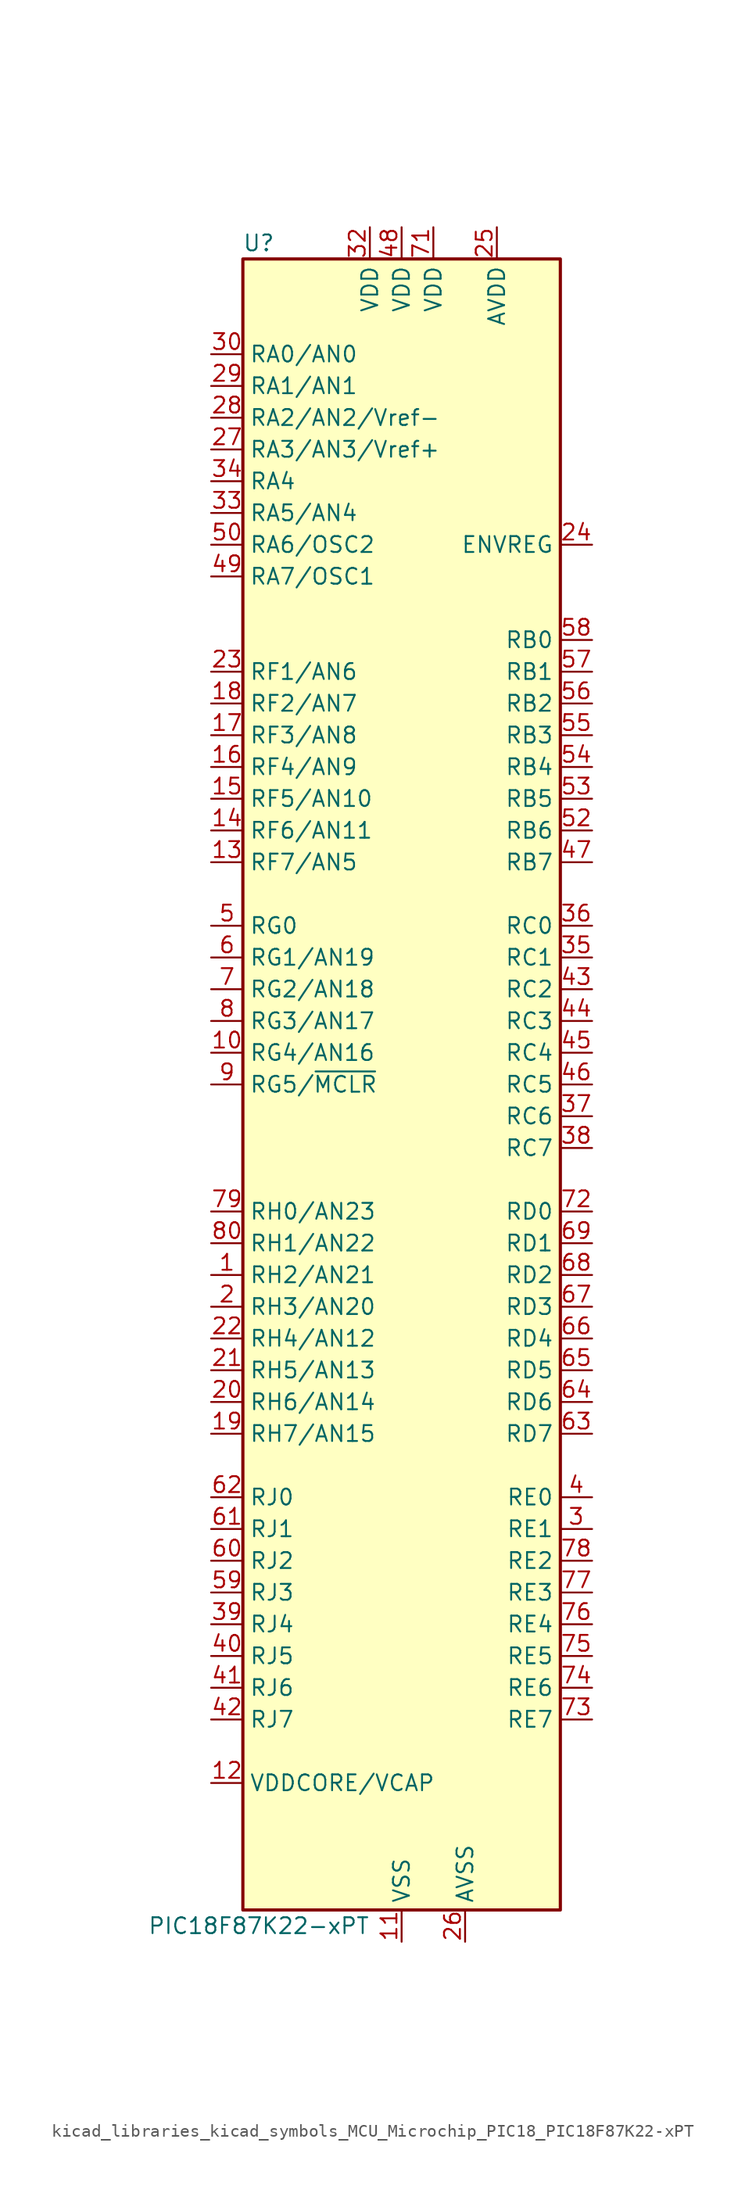
<source format=kicad_sym>
(kicad_symbol_lib
  (version 20220914)
  (generator kicad_symbol_editor)
  (symbol "kicad_libraries_kicad_symbols_MCU_Microchip_PIC18_PIC18F87K22-xPT"
    (property "Reference" "U"
      (at -11.43 67.31 0)
      (effects (font (size 1.27 1.27))))
    (property "Value" "PIC18F87K22-xPT"
      (at -11.43 -67.31 0)
      (effects (font (size 1.27 1.27))))
    (symbol "kicad_libraries_kicad_symbols_MCU_Microchip_PIC18_PIC18F87K22-xPT_0_1"
      (rectangle (start -12.7 66.04) (end 12.7 -66.04) (stroke (width 0.254) (type default)) (fill (type background))))
    (symbol "kicad_libraries_kicad_symbols_MCU_Microchip_PIC18_PIC18F87K22-xPT_1_1"
      (pin bidirectional line (at -15.24 -15.24 0) (length 2.54) (name "RH2/AN21" (effects (font (size 1.27 1.27)))) (number "1" (effects (font (size 1.27 1.27)))))
      (pin bidirectional line (at -15.24 2.54 0) (length 2.54) (name "RG4/AN16" (effects (font (size 1.27 1.27)))) (number "10" (effects (font (size 1.27 1.27)))))
      (pin power_in line (at 0 -68.58 90) (length 2.54) (name "VSS" (effects (font (size 1.27 1.27)))) (number "11" (effects (font (size 1.27 1.27)))))
      (pin passive line (at -15.24 -55.88 0) (length 2.54) (name "VDDCORE/VCAP" (effects (font (size 1.27 1.27)))) (number "12" (effects (font (size 1.27 1.27)))))
      (pin bidirectional line (at -15.24 17.78 0) (length 2.54) (name "RF7/AN5" (effects (font (size 1.27 1.27)))) (number "13" (effects (font (size 1.27 1.27)))))
      (pin bidirectional line (at -15.24 20.32 0) (length 2.54) (name "RF6/AN11" (effects (font (size 1.27 1.27)))) (number "14" (effects (font (size 1.27 1.27)))))
      (pin bidirectional line (at -15.24 22.86 0) (length 2.54) (name "RF5/AN10" (effects (font (size 1.27 1.27)))) (number "15" (effects (font (size 1.27 1.27)))))
      (pin bidirectional line (at -15.24 25.4 0) (length 2.54) (name "RF4/AN9" (effects (font (size 1.27 1.27)))) (number "16" (effects (font (size 1.27 1.27)))))
      (pin bidirectional line (at -15.24 27.94 0) (length 2.54) (name "RF3/AN8" (effects (font (size 1.27 1.27)))) (number "17" (effects (font (size 1.27 1.27)))))
      (pin bidirectional line (at -15.24 30.48 0) (length 2.54) (name "RF2/AN7" (effects (font (size 1.27 1.27)))) (number "18" (effects (font (size 1.27 1.27)))))
      (pin bidirectional line (at -15.24 -27.94 0) (length 2.54) (name "RH7/AN15" (effects (font (size 1.27 1.27)))) (number "19" (effects (font (size 1.27 1.27)))))
      (pin bidirectional line (at -15.24 -17.78 0) (length 2.54) (name "RH3/AN20" (effects (font (size 1.27 1.27)))) (number "2" (effects (font (size 1.27 1.27)))))
      (pin bidirectional line (at -15.24 -25.4 0) (length 2.54) (name "RH6/AN14" (effects (font (size 1.27 1.27)))) (number "20" (effects (font (size 1.27 1.27)))))
      (pin bidirectional line (at -15.24 -22.86 0) (length 2.54) (name "RH5/AN13" (effects (font (size 1.27 1.27)))) (number "21" (effects (font (size 1.27 1.27)))))
      (pin bidirectional line (at -15.24 -20.32 0) (length 2.54) (name "RH4/AN12" (effects (font (size 1.27 1.27)))) (number "22" (effects (font (size 1.27 1.27)))))
      (pin bidirectional line (at -15.24 33.02 0) (length 2.54) (name "RF1/AN6" (effects (font (size 1.27 1.27)))) (number "23" (effects (font (size 1.27 1.27)))))
      (pin input line (at 15.24 43.18 180) (length 2.54) (name "ENVREG" (effects (font (size 1.27 1.27)))) (number "24" (effects (font (size 1.27 1.27)))))
      (pin power_in line (at 7.62 68.58 270) (length 2.54) (name "AVDD" (effects (font (size 1.27 1.27)))) (number "25" (effects (font (size 1.27 1.27)))))
      (pin power_in line (at 5.08 -68.58 90) (length 2.54) (name "AVSS" (effects (font (size 1.27 1.27)))) (number "26" (effects (font (size 1.27 1.27)))))
      (pin bidirectional line (at -15.24 50.8 0) (length 2.54) (name "RA3/AN3/Vref+" (effects (font (size 1.27 1.27)))) (number "27" (effects (font (size 1.27 1.27)))))
      (pin bidirectional line (at -15.24 53.34 0) (length 2.54) (name "RA2/AN2/Vref-" (effects (font (size 1.27 1.27)))) (number "28" (effects (font (size 1.27 1.27)))))
      (pin bidirectional line (at -15.24 55.88 0) (length 2.54) (name "RA1/AN1" (effects (font (size 1.27 1.27)))) (number "29" (effects (font (size 1.27 1.27)))))
      (pin bidirectional line (at 15.24 -35.56 180) (length 2.54) (name "RE1" (effects (font (size 1.27 1.27)))) (number "3" (effects (font (size 1.27 1.27)))))
      (pin bidirectional line (at -15.24 58.42 0) (length 2.54) (name "RA0/AN0" (effects (font (size 1.27 1.27)))) (number "30" (effects (font (size 1.27 1.27)))))
      (pin passive line (at 0 -68.58 90) (length 2.54) hide (name "VSS" (effects (font (size 1.27 1.27)))) (number "31" (effects (font (size 1.27 1.27)))))
      (pin power_in line (at -2.54 68.58 270) (length 2.54) (name "VDD" (effects (font (size 1.27 1.27)))) (number "32" (effects (font (size 1.27 1.27)))))
      (pin bidirectional line (at -15.24 45.72 0) (length 2.54) (name "RA5/AN4" (effects (font (size 1.27 1.27)))) (number "33" (effects (font (size 1.27 1.27)))))
      (pin bidirectional line (at -15.24 48.26 0) (length 2.54) (name "RA4" (effects (font (size 1.27 1.27)))) (number "34" (effects (font (size 1.27 1.27)))))
      (pin bidirectional line (at 15.24 10.16 180) (length 2.54) (name "RC1" (effects (font (size 1.27 1.27)))) (number "35" (effects (font (size 1.27 1.27)))))
      (pin bidirectional line (at 15.24 12.7 180) (length 2.54) (name "RC0" (effects (font (size 1.27 1.27)))) (number "36" (effects (font (size 1.27 1.27)))))
      (pin bidirectional line (at 15.24 -2.54 180) (length 2.54) (name "RC6" (effects (font (size 1.27 1.27)))) (number "37" (effects (font (size 1.27 1.27)))))
      (pin bidirectional line (at 15.24 -5.08 180) (length 2.54) (name "RC7" (effects (font (size 1.27 1.27)))) (number "38" (effects (font (size 1.27 1.27)))))
      (pin bidirectional line (at -15.24 -43.18 0) (length 2.54) (name "RJ4" (effects (font (size 1.27 1.27)))) (number "39" (effects (font (size 1.27 1.27)))))
      (pin bidirectional line (at 15.24 -33.02 180) (length 2.54) (name "RE0" (effects (font (size 1.27 1.27)))) (number "4" (effects (font (size 1.27 1.27)))))
      (pin bidirectional line (at -15.24 -45.72 0) (length 2.54) (name "RJ5" (effects (font (size 1.27 1.27)))) (number "40" (effects (font (size 1.27 1.27)))))
      (pin bidirectional line (at -15.24 -48.26 0) (length 2.54) (name "RJ6" (effects (font (size 1.27 1.27)))) (number "41" (effects (font (size 1.27 1.27)))))
      (pin bidirectional line (at -15.24 -50.8 0) (length 2.54) (name "RJ7" (effects (font (size 1.27 1.27)))) (number "42" (effects (font (size 1.27 1.27)))))
      (pin bidirectional line (at 15.24 7.62 180) (length 2.54) (name "RC2" (effects (font (size 1.27 1.27)))) (number "43" (effects (font (size 1.27 1.27)))))
      (pin bidirectional line (at 15.24 5.08 180) (length 2.54) (name "RC3" (effects (font (size 1.27 1.27)))) (number "44" (effects (font (size 1.27 1.27)))))
      (pin bidirectional line (at 15.24 2.54 180) (length 2.54) (name "RC4" (effects (font (size 1.27 1.27)))) (number "45" (effects (font (size 1.27 1.27)))))
      (pin bidirectional line (at 15.24 0 180) (length 2.54) (name "RC5" (effects (font (size 1.27 1.27)))) (number "46" (effects (font (size 1.27 1.27)))))
      (pin bidirectional line (at 15.24 17.78 180) (length 2.54) (name "RB7" (effects (font (size 1.27 1.27)))) (number "47" (effects (font (size 1.27 1.27)))))
      (pin power_in line (at 0 68.58 270) (length 2.54) (name "VDD" (effects (font (size 1.27 1.27)))) (number "48" (effects (font (size 1.27 1.27)))))
      (pin bidirectional line (at -15.24 40.64 0) (length 2.54) (name "RA7/OSC1" (effects (font (size 1.27 1.27)))) (number "49" (effects (font (size 1.27 1.27)))))
      (pin bidirectional line (at -15.24 12.7 0) (length 2.54) (name "RG0" (effects (font (size 1.27 1.27)))) (number "5" (effects (font (size 1.27 1.27)))))
      (pin bidirectional line (at -15.24 43.18 0) (length 2.54) (name "RA6/OSC2" (effects (font (size 1.27 1.27)))) (number "50" (effects (font (size 1.27 1.27)))))
      (pin passive line (at 0 -68.58 90) (length 2.54) hide (name "VSS" (effects (font (size 1.27 1.27)))) (number "51" (effects (font (size 1.27 1.27)))))
      (pin bidirectional line (at 15.24 20.32 180) (length 2.54) (name "RB6" (effects (font (size 1.27 1.27)))) (number "52" (effects (font (size 1.27 1.27)))))
      (pin bidirectional line (at 15.24 22.86 180) (length 2.54) (name "RB5" (effects (font (size 1.27 1.27)))) (number "53" (effects (font (size 1.27 1.27)))))
      (pin bidirectional line (at 15.24 25.4 180) (length 2.54) (name "RB4" (effects (font (size 1.27 1.27)))) (number "54" (effects (font (size 1.27 1.27)))))
      (pin bidirectional line (at 15.24 27.94 180) (length 2.54) (name "RB3" (effects (font (size 1.27 1.27)))) (number "55" (effects (font (size 1.27 1.27)))))
      (pin bidirectional line (at 15.24 30.48 180) (length 2.54) (name "RB2" (effects (font (size 1.27 1.27)))) (number "56" (effects (font (size 1.27 1.27)))))
      (pin bidirectional line (at 15.24 33.02 180) (length 2.54) (name "RB1" (effects (font (size 1.27 1.27)))) (number "57" (effects (font (size 1.27 1.27)))))
      (pin bidirectional line (at 15.24 35.56 180) (length 2.54) (name "RB0" (effects (font (size 1.27 1.27)))) (number "58" (effects (font (size 1.27 1.27)))))
      (pin bidirectional line (at -15.24 -40.64 0) (length 2.54) (name "RJ3" (effects (font (size 1.27 1.27)))) (number "59" (effects (font (size 1.27 1.27)))))
      (pin bidirectional line (at -15.24 10.16 0) (length 2.54) (name "RG1/AN19" (effects (font (size 1.27 1.27)))) (number "6" (effects (font (size 1.27 1.27)))))
      (pin bidirectional line (at -15.24 -38.1 0) (length 2.54) (name "RJ2" (effects (font (size 1.27 1.27)))) (number "60" (effects (font (size 1.27 1.27)))))
      (pin bidirectional line (at -15.24 -35.56 0) (length 2.54) (name "RJ1" (effects (font (size 1.27 1.27)))) (number "61" (effects (font (size 1.27 1.27)))))
      (pin bidirectional line (at -15.24 -33.02 0) (length 2.54) (name "RJ0" (effects (font (size 1.27 1.27)))) (number "62" (effects (font (size 1.27 1.27)))))
      (pin bidirectional line (at 15.24 -27.94 180) (length 2.54) (name "RD7" (effects (font (size 1.27 1.27)))) (number "63" (effects (font (size 1.27 1.27)))))
      (pin bidirectional line (at 15.24 -25.4 180) (length 2.54) (name "RD6" (effects (font (size 1.27 1.27)))) (number "64" (effects (font (size 1.27 1.27)))))
      (pin bidirectional line (at 15.24 -22.86 180) (length 2.54) (name "RD5" (effects (font (size 1.27 1.27)))) (number "65" (effects (font (size 1.27 1.27)))))
      (pin bidirectional line (at 15.24 -20.32 180) (length 2.54) (name "RD4" (effects (font (size 1.27 1.27)))) (number "66" (effects (font (size 1.27 1.27)))))
      (pin bidirectional line (at 15.24 -17.78 180) (length 2.54) (name "RD3" (effects (font (size 1.27 1.27)))) (number "67" (effects (font (size 1.27 1.27)))))
      (pin bidirectional line (at 15.24 -15.24 180) (length 2.54) (name "RD2" (effects (font (size 1.27 1.27)))) (number "68" (effects (font (size 1.27 1.27)))))
      (pin bidirectional line (at 15.24 -12.7 180) (length 2.54) (name "RD1" (effects (font (size 1.27 1.27)))) (number "69" (effects (font (size 1.27 1.27)))))
      (pin bidirectional line (at -15.24 7.62 0) (length 2.54) (name "RG2/AN18" (effects (font (size 1.27 1.27)))) (number "7" (effects (font (size 1.27 1.27)))))
      (pin passive line (at 0 -68.58 90) (length 2.54) hide (name "VSS" (effects (font (size 1.27 1.27)))) (number "70" (effects (font (size 1.27 1.27)))))
      (pin power_in line (at 2.54 68.58 270) (length 2.54) (name "VDD" (effects (font (size 1.27 1.27)))) (number "71" (effects (font (size 1.27 1.27)))))
      (pin bidirectional line (at 15.24 -10.16 180) (length 2.54) (name "RD0" (effects (font (size 1.27 1.27)))) (number "72" (effects (font (size 1.27 1.27)))))
      (pin bidirectional line (at 15.24 -50.8 180) (length 2.54) (name "RE7" (effects (font (size 1.27 1.27)))) (number "73" (effects (font (size 1.27 1.27)))))
      (pin bidirectional line (at 15.24 -48.26 180) (length 2.54) (name "RE6" (effects (font (size 1.27 1.27)))) (number "74" (effects (font (size 1.27 1.27)))))
      (pin bidirectional line (at 15.24 -45.72 180) (length 2.54) (name "RE5" (effects (font (size 1.27 1.27)))) (number "75" (effects (font (size 1.27 1.27)))))
      (pin bidirectional line (at 15.24 -43.18 180) (length 2.54) (name "RE4" (effects (font (size 1.27 1.27)))) (number "76" (effects (font (size 1.27 1.27)))))
      (pin bidirectional line (at 15.24 -40.64 180) (length 2.54) (name "RE3" (effects (font (size 1.27 1.27)))) (number "77" (effects (font (size 1.27 1.27)))))
      (pin bidirectional line (at 15.24 -38.1 180) (length 2.54) (name "RE2" (effects (font (size 1.27 1.27)))) (number "78" (effects (font (size 1.27 1.27)))))
      (pin bidirectional line (at -15.24 -10.16 0) (length 2.54) (name "RH0/AN23" (effects (font (size 1.27 1.27)))) (number "79" (effects (font (size 1.27 1.27)))))
      (pin bidirectional line (at -15.24 5.08 0) (length 2.54) (name "RG3/AN17" (effects (font (size 1.27 1.27)))) (number "8" (effects (font (size 1.27 1.27)))))
      (pin bidirectional line (at -15.24 -12.7 0) (length 2.54) (name "RH1/AN22" (effects (font (size 1.27 1.27)))) (number "80" (effects (font (size 1.27 1.27)))))
      (pin bidirectional line (at -15.24 0 0) (length 2.54) (name "RG5/~{MCLR}" (effects (font (size 1.27 1.27)))) (number "9" (effects (font (size 1.27 1.27))))))))
</source>
